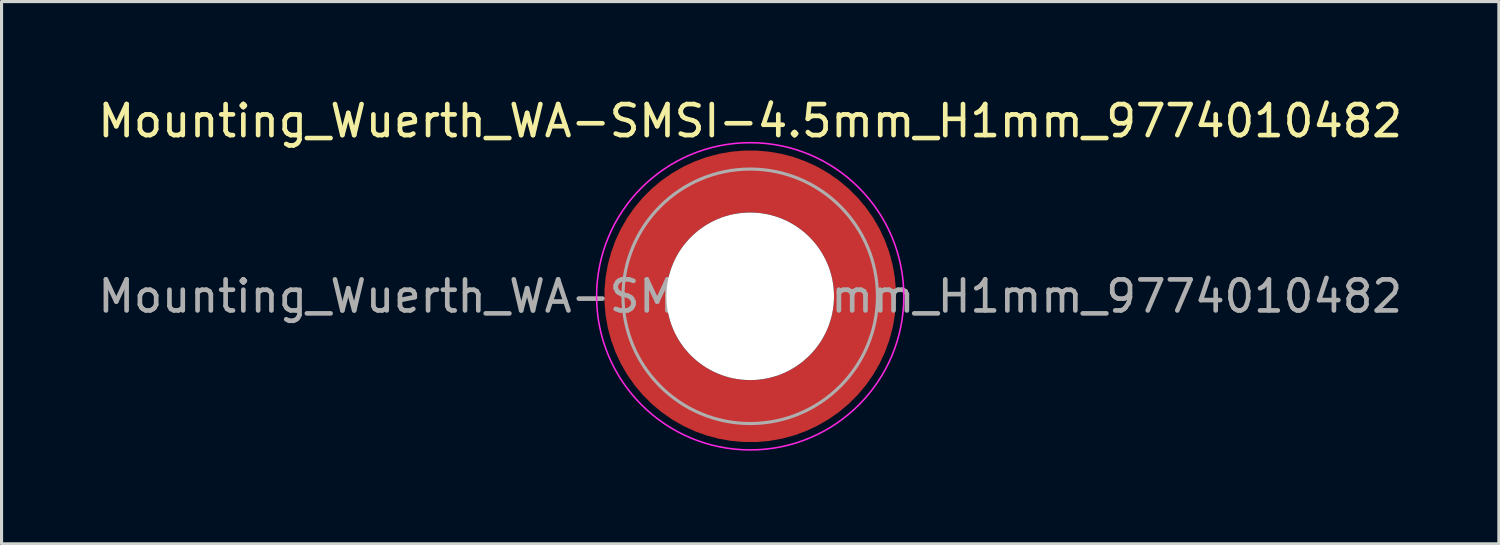
<source format=kicad_pcb>
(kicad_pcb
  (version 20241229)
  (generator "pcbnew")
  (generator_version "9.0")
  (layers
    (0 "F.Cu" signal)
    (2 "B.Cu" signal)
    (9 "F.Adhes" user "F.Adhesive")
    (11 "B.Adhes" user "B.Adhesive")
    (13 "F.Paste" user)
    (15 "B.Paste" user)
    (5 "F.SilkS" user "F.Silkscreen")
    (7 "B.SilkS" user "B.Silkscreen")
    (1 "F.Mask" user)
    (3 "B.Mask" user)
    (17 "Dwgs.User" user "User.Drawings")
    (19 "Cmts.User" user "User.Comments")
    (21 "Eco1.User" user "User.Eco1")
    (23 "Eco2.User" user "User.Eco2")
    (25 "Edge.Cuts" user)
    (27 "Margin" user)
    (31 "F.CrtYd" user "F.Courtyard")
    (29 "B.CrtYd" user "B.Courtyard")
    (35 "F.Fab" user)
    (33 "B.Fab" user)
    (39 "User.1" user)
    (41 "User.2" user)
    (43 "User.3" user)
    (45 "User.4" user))
  (footprint "Mounting_Wuerth_WA-SMSI-4.5mm_H1mm_9774010482"
    (layer "F.Cu")
    (at 21.125 6.498)
    (property "Reference" "Mounting_Wuerth_WA-SMSI-4.5mm_H1mm_9774010482" (at 0 -5.65 0) (layer "F.SilkS") (effects (font (size 1 1) (thickness 0.15))))
    (attr smd)
    (fp_circle (center 0 0) (end 4.95 0) (stroke (width 0.05) (type solid)) (fill no) (layer "F.CrtYd"))
    (fp_circle (center 0 0) (end 4.1 0) (stroke (width 0.1) (type solid)) (fill no) (layer "F.Fab"))
    (fp_text user "${REFERENCE}" (at 0 0 0) (layer "F.Fab") (effects (font (size 1 1) (thickness 0.15))))
    (pad "" smd custom (at -2.607 -2.607) (size 1.495 1.495) (layers "F.Paste") (options (anchor circle)) (primitives (gr_arc (start -0.188183 2.107456) (mid 0.599273 0.599273) (end 2.107456 -0.188183) (width 0.2)) (gr_arc (start -0.289416 2.107456) (mid 0.52877 0.52877) (end 2.107456 -0.289416) (width 0.2)) (gr_arc (start -0.390547 2.107456) (mid 0.458268 0.458268) (end 2.107456 -0.390547) (width 0.2)) (gr_arc (start -0.491585 2.107456) (mid 0.387765 0.387765) (end 2.107456 -0.491585) (width 0.2)) (gr_arc (start -0.59254 2.107456) (mid 0.317262 0.317262) (end 2.107456 -0.59254) (width 0.2)) (gr_arc (start -0.693419 2.107456) (mid 0.24676 0.24676) (end 2.107456 -0.693419) (width 0.2)) (gr_arc (start -0.794229 2.107456) (mid 0.176257 0.176257) (end 2.107456 -0.794229) (width 0.2)) (gr_arc (start -0.894975 2.107456) (mid 0.105754 0.105754) (end 2.107456 -0.894975) (width 0.2)) (gr_arc (start -0.995664 2.107456) (mid 0.035251 0.035251) (end 2.107456 -0.995664) (width 0.2)) (gr_arc (start -1.0963 2.107456) (mid -0.035252 -0.035252) (end 2.107456 -1.0963) (width 0.2)) (gr_arc (start -1.196886 2.107456) (mid -0.105754 -0.105754) (end 2.107456 -1.196886) (width 0.2)) (gr_arc (start -1.297427 2.107456) (mid -0.176257 -0.176257) (end 2.107456 -1.297427) (width 0.2)) (gr_arc (start -1.397927 2.107456) (mid -0.24676 -0.24676) (end 2.107456 -1.397927) (width 0.2)) (gr_arc (start -1.498388 2.107456) (mid -0.317262 -0.317262) (end 2.107456 -1.498388) (width 0.2)) (gr_arc (start -1.598813 2.107456) (mid -0.387765 -0.387765) (end 2.107456 -1.598813) (width 0.2)) (gr_arc (start -1.699204 2.107456) (mid -0.458267 -0.458267) (end 2.107456 -1.699204) (width 0.2)) (gr_arc (start -1.799565 2.107456) (mid -0.528771 -0.528771) (end 2.107456 -1.799565) (width 0.2)) (gr_arc (start -1.899896 2.107456) (mid -0.599273 -0.599273) (end 2.107456 -1.899896) (width 0.2)) (gr_arc (start -1.899896 2.107456) (mid -0.599273 -0.599273) (end 2.107456 -1.899896) (width 0.2)) (gr_line (start 2.107 -0.188) (end 2.107 -1.9) (width 0.2)) (gr_line (start -0.188 2.107) (end -1.9 2.107) (width 0.2))))
    (pad "" smd custom (at -2.607 2.607) (size 1.495 1.495) (layers "F.Paste") (options (anchor circle)) (primitives (gr_arc (start 2.107456 0.188183) (mid 0.599273 -0.599273) (end -0.188183 -2.107456) (width 0.2)) (gr_arc (start 2.107456 0.289416) (mid 0.52877 -0.52877) (end -0.289416 -2.107456) (width 0.2)) (gr_arc (start 2.107456 0.390547) (mid 0.458268 -0.458268) (end -0.390547 -2.107456) (width 0.2)) (gr_arc (start 2.107456 0.491585) (mid 0.387765 -0.387765) (end -0.491585 -2.107456) (width 0.2)) (gr_arc (start 2.107456 0.59254) (mid 0.317262 -0.317262) (end -0.59254 -2.107456) (width 0.2)) (gr_arc (start 2.107456 0.693419) (mid 0.24676 -0.24676) (end -0.693419 -2.107456) (width 0.2)) (gr_arc (start 2.107456 0.794229) (mid 0.176257 -0.176257) (end -0.794229 -2.107456) (width 0.2)) (gr_arc (start 2.107456 0.894975) (mid 0.105754 -0.105754) (end -0.894975 -2.107456) (width 0.2)) (gr_arc (start 2.107456 0.995664) (mid 0.035251 -0.035251) (end -0.995664 -2.107456) (width 0.2)) (gr_arc (start 2.107456 1.0963) (mid -0.035252 0.035252) (end -1.0963 -2.107456) (width 0.2)) (gr_arc (start 2.107456 1.196886) (mid -0.105754 0.105754) (end -1.196886 -2.107456) (width 0.2)) (gr_arc (start 2.107456 1.297427) (mid -0.176257 0.176257) (end -1.297427 -2.107456) (width 0.2)) (gr_arc (start 2.107456 1.397927) (mid -0.24676 0.24676) (end -1.397927 -2.107456) (width 0.2)) (gr_arc (start 2.107456 1.498388) (mid -0.317262 0.317262) (end -1.498388 -2.107456) (width 0.2)) (gr_arc (start 2.107456 1.598813) (mid -0.387765 0.387765) (end -1.598813 -2.107456) (width 0.2)) (gr_arc (start 2.107456 1.699204) (mid -0.458267 0.458267) (end -1.699204 -2.107456) (width 0.2)) (gr_arc (start 2.107456 1.799565) (mid -0.528771 0.528771) (end -1.799565 -2.107456) (width 0.2)) (gr_arc (start 2.107456 1.899896) (mid -0.599273 0.599273) (end -1.899896 -2.107456) (width 0.2)) (gr_arc (start 2.107456 1.899896) (mid -0.599273 0.599273) (end -1.899896 -2.107456) (width 0.2)) (gr_line (start -0.188 -2.107) (end -1.9 -2.107) (width 0.2)) (gr_line (start 2.107 0.188) (end 2.107 1.9) (width 0.2))))
    (pad "" np_thru_hole circle (at 0 0) (size 5.4 5.4) (drill 5.4) (layers "*.Cu" "*.Mask"))
    (pad "" smd custom (at 2.607 -2.607) (size 1.495 1.495) (layers "F.Paste") (options (anchor circle)) (primitives (gr_arc (start -2.107456 -0.188183) (mid -0.599273 0.599273) (end 0.188183 2.107456) (width 0.2)) (gr_arc (start -2.107456 -0.289416) (mid -0.52877 0.52877) (end 0.289416 2.107456) (width 0.2)) (gr_arc (start -2.107456 -0.390547) (mid -0.458268 0.458268) (end 0.390547 2.107456) (width 0.2)) (gr_arc (start -2.107456 -0.491585) (mid -0.387765 0.387765) (end 0.491585 2.107456) (width 0.2)) (gr_arc (start -2.107456 -0.59254) (mid -0.317262 0.317262) (end 0.59254 2.107456) (width 0.2)) (gr_arc (start -2.107456 -0.693419) (mid -0.24676 0.24676) (end 0.693419 2.107456) (width 0.2)) (gr_arc (start -2.107456 -0.794229) (mid -0.176257 0.176257) (end 0.794229 2.107456) (width 0.2)) (gr_arc (start -2.107456 -0.894975) (mid -0.105754 0.105754) (end 0.894975 2.107456) (width 0.2)) (gr_arc (start -2.107456 -0.995664) (mid -0.035251 0.035251) (end 0.995664 2.107456) (width 0.2)) (gr_arc (start -2.107456 -1.0963) (mid 0.035252 -0.035252) (end 1.0963 2.107456) (width 0.2)) (gr_arc (start -2.107456 -1.196886) (mid 0.105754 -0.105754) (end 1.196886 2.107456) (width 0.2)) (gr_arc (start -2.107456 -1.297427) (mid 0.176257 -0.176257) (end 1.297427 2.107456) (width 0.2)) (gr_arc (start -2.107456 -1.397927) (mid 0.24676 -0.24676) (end 1.397927 2.107456) (width 0.2)) (gr_arc (start -2.107456 -1.498388) (mid 0.317262 -0.317262) (end 1.498388 2.107456) (width 0.2)) (gr_arc (start -2.107456 -1.598813) (mid 0.387765 -0.387765) (end 1.598813 2.107456) (width 0.2)) (gr_arc (start -2.107456 -1.699204) (mid 0.458267 -0.458267) (end 1.699204 2.107456) (width 0.2)) (gr_arc (start -2.107456 -1.799565) (mid 0.528771 -0.528771) (end 1.799565 2.107456) (width 0.2)) (gr_arc (start -2.107456 -1.899896) (mid 0.599273 -0.599273) (end 1.899896 2.107456) (width 0.2)) (gr_arc (start -2.107456 -1.899896) (mid 0.599273 -0.599273) (end 1.899896 2.107456) (width 0.2)) (gr_line (start 0.188 2.107) (end 1.9 2.107) (width 0.2)) (gr_line (start -2.107 -0.188) (end -2.107 -1.9) (width 0.2))))
    (pad "" smd custom (at 2.607 2.607) (size 1.495 1.495) (layers "F.Paste") (options (anchor circle)) (primitives (gr_arc (start 0.188183 -2.107456) (mid -0.599273 -0.599273) (end -2.107456 0.188183) (width 0.2)) (gr_arc (start 0.289416 -2.107456) (mid -0.52877 -0.52877) (end -2.107456 0.289416) (width 0.2)) (gr_arc (start 0.390547 -2.107456) (mid -0.458268 -0.458268) (end -2.107456 0.390547) (width 0.2)) (gr_arc (start 0.491585 -2.107456) (mid -0.387765 -0.387765) (end -2.107456 0.491585) (width 0.2)) (gr_arc (start 0.59254 -2.107456) (mid -0.317262 -0.317262) (end -2.107456 0.59254) (width 0.2)) (gr_arc (start 0.693419 -2.107456) (mid -0.24676 -0.24676) (end -2.107456 0.693419) (width 0.2)) (gr_arc (start 0.794229 -2.107456) (mid -0.176257 -0.176257) (end -2.107456 0.794229) (width 0.2)) (gr_arc (start 0.894975 -2.107456) (mid -0.105754 -0.105754) (end -2.107456 0.894975) (width 0.2)) (gr_arc (start 0.995664 -2.107456) (mid -0.035251 -0.035251) (end -2.107456 0.995664) (width 0.2)) (gr_arc (start 1.0963 -2.107456) (mid 0.035252 0.035252) (end -2.107456 1.0963) (width 0.2)) (gr_arc (start 1.196886 -2.107456) (mid 0.105754 0.105754) (end -2.107456 1.196886) (width 0.2)) (gr_arc (start 1.297427 -2.107456) (mid 0.176257 0.176257) (end -2.107456 1.297427) (width 0.2)) (gr_arc (start 1.397927 -2.107456) (mid 0.24676 0.24676) (end -2.107456 1.397927) (width 0.2)) (gr_arc (start 1.498388 -2.107456) (mid 0.317262 0.317262) (end -2.107456 1.498388) (width 0.2)) (gr_arc (start 1.598813 -2.107456) (mid 0.387765 0.387765) (end -2.107456 1.598813) (width 0.2)) (gr_arc (start 1.699204 -2.107456) (mid 0.458267 0.458267) (end -2.107456 1.699204) (width 0.2)) (gr_arc (start 1.799565 -2.107456) (mid 0.528771 0.528771) (end -2.107456 1.799565) (width 0.2)) (gr_arc (start 1.899896 -2.107456) (mid 0.599273 0.599273) (end -2.107456 1.899896) (width 0.2)) (gr_arc (start 1.899896 -2.107456) (mid 0.599273 0.599273) (end -2.107456 1.899896) (width 0.2)) (gr_line (start -2.107 0.188) (end -2.107 1.9) (width 0.2)) (gr_line (start 0.188 -2.107) (end 1.9 -2.107) (width 0.2))))
    (pad "1" smd circle (at -3.7 0) (size 1.6 1.6) (layers "F.Cu"))
    (pad "1" smd circle (at 0 -3.7) (size 1.6 1.6) (layers "F.Cu"))
    (pad "1" smd circle (at 0 3.7) (size 1.6 1.6) (layers "F.Cu"))
    (pad "1" smd custom (at 3.7 0) (size 1.6 1.6) (layers "F.Cu" "F.Mask") (options (anchor circle)) (primitives (gr_circle (center -3.7 0) (end 0 0) (width 2) (fill no)))))
  (gr_rect
    (start -3 -3)
    (end 45.25 14.473)
    (stroke (width 0.1) (type default))
    (fill no)
    (layer "Edge.Cuts")))
</source>
